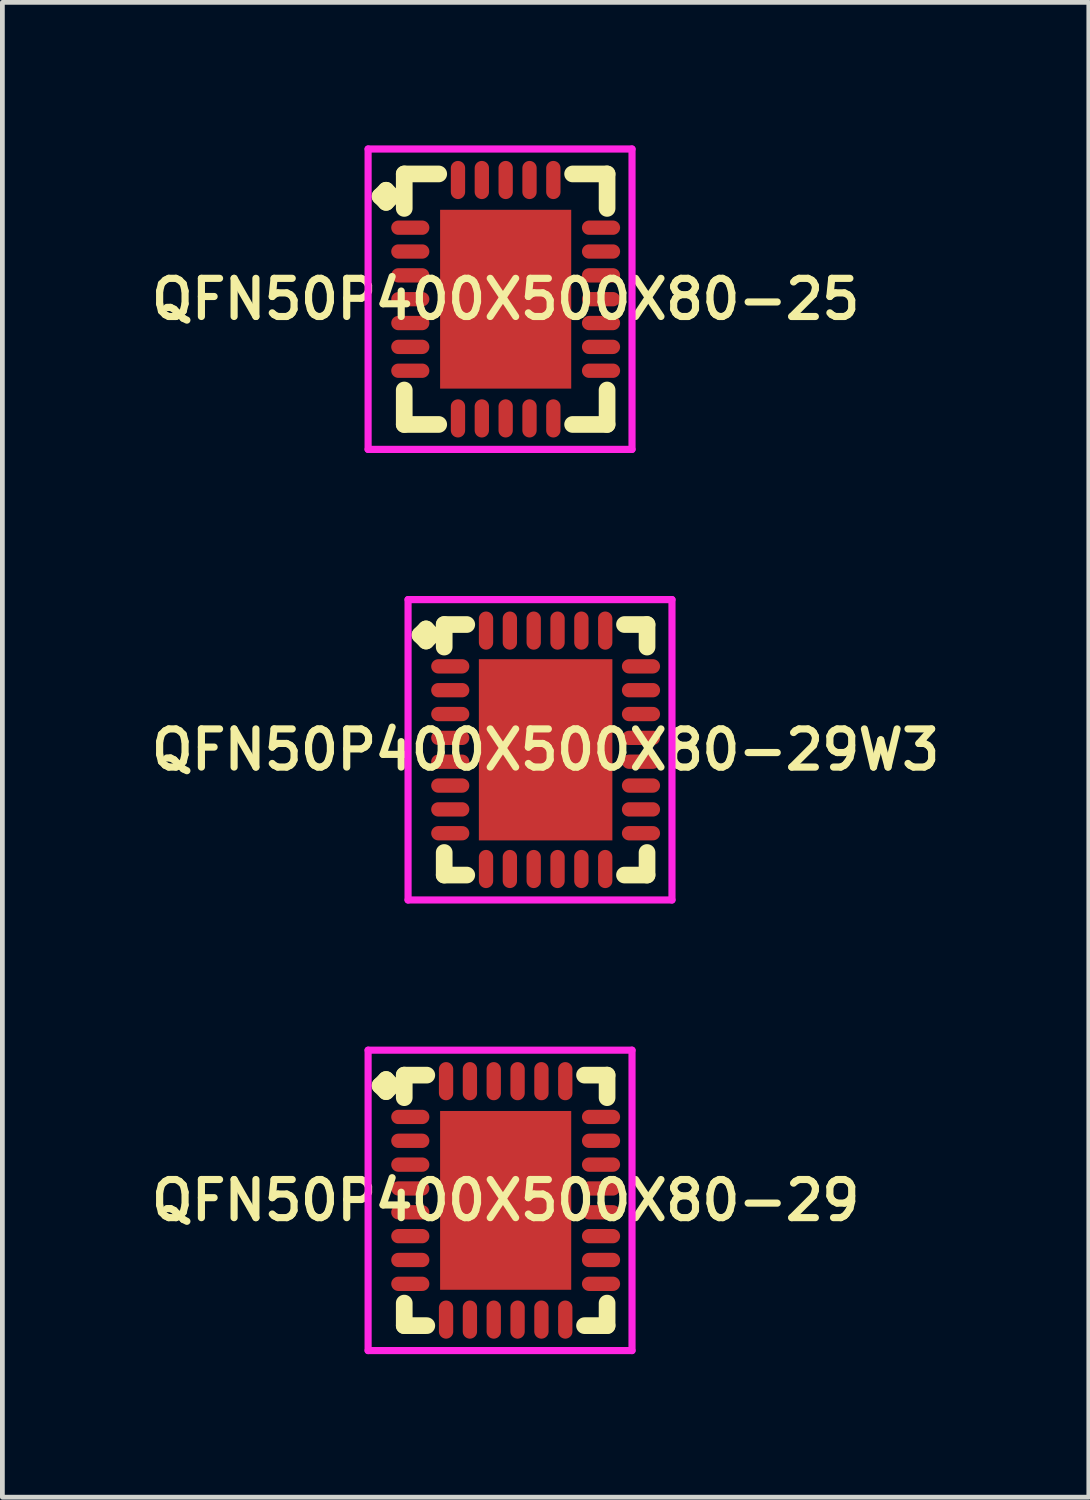
<source format=kicad_pcb>
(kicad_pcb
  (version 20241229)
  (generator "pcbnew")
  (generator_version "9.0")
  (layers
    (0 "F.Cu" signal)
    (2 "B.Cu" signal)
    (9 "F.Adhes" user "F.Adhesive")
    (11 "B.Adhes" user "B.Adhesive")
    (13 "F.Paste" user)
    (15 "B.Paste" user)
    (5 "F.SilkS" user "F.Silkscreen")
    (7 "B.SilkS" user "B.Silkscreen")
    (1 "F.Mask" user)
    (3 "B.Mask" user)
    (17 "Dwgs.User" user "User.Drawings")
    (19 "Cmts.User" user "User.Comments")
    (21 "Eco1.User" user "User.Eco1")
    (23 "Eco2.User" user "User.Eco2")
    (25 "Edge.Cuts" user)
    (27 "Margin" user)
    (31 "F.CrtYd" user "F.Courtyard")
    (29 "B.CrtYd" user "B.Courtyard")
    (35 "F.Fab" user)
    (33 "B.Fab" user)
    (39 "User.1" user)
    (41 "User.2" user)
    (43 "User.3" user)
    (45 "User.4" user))
  (footprint "QFN50P400X500X80-29W3"
    (layer "F.Cu")
    (at 8.393 12.675)
    (property "Reference" "QFN50P400X500X80-29W3" (at 0 0 0) (layer "F.SilkS") (effects (font (size 0.8 0.8) (thickness 0.15))))
    (attr smd)
    (fp_line (start -2.635 -2.408) (end -2.508 -2.535) (stroke (width 0.35) (type solid)) (layer "F.SilkS"))
    (fp_line (start -2.508 -2.535) (end -2.381 -2.408) (stroke (width 0.35) (type solid)) (layer "F.SilkS"))
    (fp_line (start -2.508 -2.281) (end -2.635 -2.408) (stroke (width 0.35) (type solid)) (layer "F.SilkS"))
    (fp_line (start -2.381 -2.408) (end -2.508 -2.281) (stroke (width 0.35) (type solid)) (layer "F.SilkS"))
    (fp_line (start -2.127 -2.627) (end -1.654 -2.627) (stroke (width 0.35) (type solid)) (layer "F.SilkS"))
    (fp_line (start -2.127 -2.154) (end -2.127 -2.627) (stroke (width 0.35) (type solid)) (layer "F.SilkS"))
    (fp_line (start -2.127 2.154) (end -2.127 2.627) (stroke (width 0.35) (type solid)) (layer "F.SilkS"))
    (fp_line (start -2.127 2.627) (end -1.654 2.627) (stroke (width 0.35) (type solid)) (layer "F.SilkS"))
    (fp_line (start 1.654 -2.627) (end 2.127 -2.627) (stroke (width 0.35) (type solid)) (layer "F.SilkS"))
    (fp_line (start 1.654 2.627) (end 2.127 2.627) (stroke (width 0.35) (type solid)) (layer "F.SilkS"))
    (fp_line (start 2.127 -2.627) (end 2.127 -2.154) (stroke (width 0.35) (type solid)) (layer "F.SilkS"))
    (fp_line (start 2.127 2.627) (end 2.127 2.154) (stroke (width 0.35) (type solid)) (layer "F.SilkS"))
    (fp_line (start -2.885 -3.15) (end 2.65 -3.15) (stroke (width 0.15) (type solid)) (layer "F.CrtYd"))
    (fp_line (start -2.885 3.15) (end -2.885 -3.15) (stroke (width 0.15) (type solid)) (layer "F.CrtYd"))
    (fp_line (start 2.65 -3.15) (end 2.65 3.15) (stroke (width 0.15) (type solid)) (layer "F.CrtYd"))
    (fp_line (start 2.65 3.15) (end -2.885 3.15) (stroke (width 0.15) (type solid)) (layer "F.CrtYd"))
    (pad "1" smd oval (at -2 -1.75) (size 0.8 0.3) (layers "F.Cu" "F.Mask" "F.Paste"))
    (pad "2" smd oval (at -2 -1.25) (size 0.8 0.3) (layers "F.Cu" "F.Mask" "F.Paste"))
    (pad "3" smd oval (at -2 -0.75) (size 0.8 0.3) (layers "F.Cu" "F.Mask" "F.Paste"))
    (pad "4" smd oval (at -2 -0.25) (size 0.8 0.3) (layers "F.Cu" "F.Mask" "F.Paste"))
    (pad "5" smd oval (at -2 0.25) (size 0.8 0.3) (layers "F.Cu" "F.Mask" "F.Paste"))
    (pad "6" smd oval (at -2 0.75) (size 0.8 0.3) (layers "F.Cu" "F.Mask" "F.Paste"))
    (pad "7" smd oval (at -2 1.25) (size 0.8 0.3) (layers "F.Cu" "F.Mask" "F.Paste"))
    (pad "8" smd oval (at -2 1.75) (size 0.8 0.3) (layers "F.Cu" "F.Mask" "F.Paste"))
    (pad "9" smd oval (at -1.25 2.5) (size 0.3 0.8) (layers "F.Cu" "F.Mask" "F.Paste"))
    (pad "10" smd oval (at -0.75 2.5) (size 0.3 0.8) (layers "F.Cu" "F.Mask" "F.Paste"))
    (pad "11" smd oval (at -0.25 2.5) (size 0.3 0.8) (layers "F.Cu" "F.Mask" "F.Paste"))
    (pad "12" smd oval (at 0.25 2.5) (size 0.3 0.8) (layers "F.Cu" "F.Mask" "F.Paste"))
    (pad "13" smd oval (at 0.75 2.5) (size 0.3 0.8) (layers "F.Cu" "F.Mask" "F.Paste"))
    (pad "14" smd oval (at 1.25 2.5) (size 0.3 0.8) (layers "F.Cu" "F.Mask" "F.Paste"))
    (pad "15" smd oval (at 2 1.75) (size 0.8 0.3) (layers "F.Cu" "F.Mask" "F.Paste"))
    (pad "16" smd oval (at 2 1.25) (size 0.8 0.3) (layers "F.Cu" "F.Mask" "F.Paste"))
    (pad "17" smd oval (at 2 0.75) (size 0.8 0.3) (layers "F.Cu" "F.Mask" "F.Paste"))
    (pad "18" smd oval (at 2 0.25) (size 0.8 0.3) (layers "F.Cu" "F.Mask" "F.Paste"))
    (pad "19" smd oval (at 2 -0.25) (size 0.8 0.3) (layers "F.Cu" "F.Mask" "F.Paste"))
    (pad "20" smd oval (at 2 -0.75) (size 0.8 0.3) (layers "F.Cu" "F.Mask" "F.Paste"))
    (pad "21" smd oval (at 2 -1.25) (size 0.8 0.3) (layers "F.Cu" "F.Mask" "F.Paste"))
    (pad "22" smd oval (at 2 -1.75) (size 0.8 0.3) (layers "F.Cu" "F.Mask" "F.Paste"))
    (pad "23" smd oval (at 1.25 -2.5) (size 0.3 0.8) (layers "F.Cu" "F.Mask" "F.Paste"))
    (pad "24" smd oval (at 0.75 -2.5) (size 0.3 0.8) (layers "F.Cu" "F.Mask" "F.Paste"))
    (pad "25" smd oval (at 0.25 -2.5) (size 0.3 0.8) (layers "F.Cu" "F.Mask" "F.Paste"))
    (pad "26" smd oval (at -0.25 -2.5) (size 0.3 0.8) (layers "F.Cu" "F.Mask" "F.Paste"))
    (pad "27" smd oval (at -0.75 -2.5) (size 0.3 0.8) (layers "F.Cu" "F.Mask" "F.Paste"))
    (pad "28" smd oval (at -1.25 -2.5) (size 0.3 0.8) (layers "F.Cu" "F.Mask" "F.Paste"))
    (pad "29" smd rect (at 0 0) (size 2.8 3.8) (layers "F.Cu" "F.Mask" "F.Paste")))
  (footprint "QFN50P400X500X80-29"
    (layer "F.Cu")
    (at 7.555 22.125)
    (property "Reference" "QFN50P400X500X80-29" (at 0 0 0) (layer "F.SilkS") (effects (font (size 0.8 0.8) (thickness 0.15))))
    (attr smd)
    (fp_line (start -2.635 -2.408) (end -2.508 -2.535) (stroke (width 0.35) (type solid)) (layer "F.SilkS"))
    (fp_line (start -2.508 -2.535) (end -2.381 -2.408) (stroke (width 0.35) (type solid)) (layer "F.SilkS"))
    (fp_line (start -2.508 -2.281) (end -2.635 -2.408) (stroke (width 0.35) (type solid)) (layer "F.SilkS"))
    (fp_line (start -2.381 -2.408) (end -2.508 -2.281) (stroke (width 0.35) (type solid)) (layer "F.SilkS"))
    (fp_line (start -2.127 -2.627) (end -1.654 -2.627) (stroke (width 0.35) (type solid)) (layer "F.SilkS"))
    (fp_line (start -2.127 -2.154) (end -2.127 -2.627) (stroke (width 0.35) (type solid)) (layer "F.SilkS"))
    (fp_line (start -2.127 2.154) (end -2.127 2.627) (stroke (width 0.35) (type solid)) (layer "F.SilkS"))
    (fp_line (start -2.127 2.627) (end -1.654 2.627) (stroke (width 0.35) (type solid)) (layer "F.SilkS"))
    (fp_line (start 1.654 -2.627) (end 2.127 -2.627) (stroke (width 0.35) (type solid)) (layer "F.SilkS"))
    (fp_line (start 1.654 2.627) (end 2.127 2.627) (stroke (width 0.35) (type solid)) (layer "F.SilkS"))
    (fp_line (start 2.127 -2.627) (end 2.127 -2.154) (stroke (width 0.35) (type solid)) (layer "F.SilkS"))
    (fp_line (start 2.127 2.627) (end 2.127 2.154) (stroke (width 0.35) (type solid)) (layer "F.SilkS"))
    (fp_line (start -2.885 -3.15) (end 2.65 -3.15) (stroke (width 0.15) (type solid)) (layer "F.CrtYd"))
    (fp_line (start -2.885 3.15) (end -2.885 -3.15) (stroke (width 0.15) (type solid)) (layer "F.CrtYd"))
    (fp_line (start 2.65 -3.15) (end 2.65 3.15) (stroke (width 0.15) (type solid)) (layer "F.CrtYd"))
    (fp_line (start 2.65 3.15) (end -2.885 3.15) (stroke (width 0.15) (type solid)) (layer "F.CrtYd"))
    (pad "1" smd oval (at -2 -1.75) (size 0.8 0.3) (layers "F.Cu" "F.Mask" "F.Paste"))
    (pad "2" smd oval (at -2 -1.25) (size 0.8 0.3) (layers "F.Cu" "F.Mask" "F.Paste"))
    (pad "3" smd oval (at -2 -0.75) (size 0.8 0.3) (layers "F.Cu" "F.Mask" "F.Paste"))
    (pad "4" smd oval (at -2 -0.25) (size 0.8 0.3) (layers "F.Cu" "F.Mask" "F.Paste"))
    (pad "5" smd oval (at -2 0.25) (size 0.8 0.3) (layers "F.Cu" "F.Mask" "F.Paste"))
    (pad "6" smd oval (at -2 0.75) (size 0.8 0.3) (layers "F.Cu" "F.Mask" "F.Paste"))
    (pad "7" smd oval (at -2 1.25) (size 0.8 0.3) (layers "F.Cu" "F.Mask" "F.Paste"))
    (pad "8" smd oval (at -2 1.75) (size 0.8 0.3) (layers "F.Cu" "F.Mask" "F.Paste"))
    (pad "9" smd oval (at -1.25 2.5) (size 0.3 0.8) (layers "F.Cu" "F.Mask" "F.Paste"))
    (pad "10" smd oval (at -0.75 2.5) (size 0.3 0.8) (layers "F.Cu" "F.Mask" "F.Paste"))
    (pad "11" smd oval (at -0.25 2.5) (size 0.3 0.8) (layers "F.Cu" "F.Mask" "F.Paste"))
    (pad "12" smd oval (at 0.25 2.5) (size 0.3 0.8) (layers "F.Cu" "F.Mask" "F.Paste"))
    (pad "13" smd oval (at 0.75 2.5) (size 0.3 0.8) (layers "F.Cu" "F.Mask" "F.Paste"))
    (pad "14" smd oval (at 1.25 2.5) (size 0.3 0.8) (layers "F.Cu" "F.Mask" "F.Paste"))
    (pad "15" smd oval (at 2 1.75) (size 0.8 0.3) (layers "F.Cu" "F.Mask" "F.Paste"))
    (pad "16" smd oval (at 2 1.25) (size 0.8 0.3) (layers "F.Cu" "F.Mask" "F.Paste"))
    (pad "17" smd oval (at 2 0.75) (size 0.8 0.3) (layers "F.Cu" "F.Mask" "F.Paste"))
    (pad "18" smd oval (at 2 0.25) (size 0.8 0.3) (layers "F.Cu" "F.Mask" "F.Paste"))
    (pad "19" smd oval (at 2 -0.25) (size 0.8 0.3) (layers "F.Cu" "F.Mask" "F.Paste"))
    (pad "20" smd oval (at 2 -0.75) (size 0.8 0.3) (layers "F.Cu" "F.Mask" "F.Paste"))
    (pad "21" smd oval (at 2 -1.25) (size 0.8 0.3) (layers "F.Cu" "F.Mask" "F.Paste"))
    (pad "22" smd oval (at 2 -1.75) (size 0.8 0.3) (layers "F.Cu" "F.Mask" "F.Paste"))
    (pad "23" smd oval (at 1.25 -2.5) (size 0.3 0.8) (layers "F.Cu" "F.Mask" "F.Paste"))
    (pad "24" smd oval (at 0.75 -2.5) (size 0.3 0.8) (layers "F.Cu" "F.Mask" "F.Paste"))
    (pad "25" smd oval (at 0.25 -2.5) (size 0.3 0.8) (layers "F.Cu" "F.Mask" "F.Paste"))
    (pad "26" smd oval (at -0.25 -2.5) (size 0.3 0.8) (layers "F.Cu" "F.Mask" "F.Paste"))
    (pad "27" smd oval (at -0.75 -2.5) (size 0.3 0.8) (layers "F.Cu" "F.Mask" "F.Paste"))
    (pad "28" smd oval (at -1.25 -2.5) (size 0.3 0.8) (layers "F.Cu" "F.Mask" "F.Paste"))
    (pad "29" smd rect (at 0 0) (size 2.75 3.75) (layers "F.Cu" "F.Mask" "F.Paste")))
  (footprint "QFN50P400X500X80-25"
    (layer "F.Cu")
    (at 7.555 3.225)
    (property "Reference" "QFN50P400X500X80-25" (at 0 0 0) (layer "F.SilkS") (effects (font (size 0.8 0.8) (thickness 0.15))))
    (attr smd)
    (fp_line (start -2.635 -2.158) (end -2.508 -2.285) (stroke (width 0.35) (type solid)) (layer "F.SilkS"))
    (fp_line (start -2.508 -2.285) (end -2.381 -2.158) (stroke (width 0.35) (type solid)) (layer "F.SilkS"))
    (fp_line (start -2.508 -2.031) (end -2.635 -2.158) (stroke (width 0.35) (type solid)) (layer "F.SilkS"))
    (fp_line (start -2.381 -2.158) (end -2.508 -2.031) (stroke (width 0.35) (type solid)) (layer "F.SilkS"))
    (fp_line (start -2.127 -2.627) (end -1.404 -2.627) (stroke (width 0.35) (type solid)) (layer "F.SilkS"))
    (fp_line (start -2.127 -1.904) (end -2.127 -2.627) (stroke (width 0.35) (type solid)) (layer "F.SilkS"))
    (fp_line (start -2.127 1.904) (end -2.127 2.627) (stroke (width 0.35) (type solid)) (layer "F.SilkS"))
    (fp_line (start -2.127 2.627) (end -1.404 2.627) (stroke (width 0.35) (type solid)) (layer "F.SilkS"))
    (fp_line (start 1.404 -2.627) (end 2.127 -2.627) (stroke (width 0.35) (type solid)) (layer "F.SilkS"))
    (fp_line (start 1.404 2.627) (end 2.127 2.627) (stroke (width 0.35) (type solid)) (layer "F.SilkS"))
    (fp_line (start 2.127 -2.627) (end 2.127 -1.904) (stroke (width 0.35) (type solid)) (layer "F.SilkS"))
    (fp_line (start 2.127 2.627) (end 2.127 1.904) (stroke (width 0.35) (type solid)) (layer "F.SilkS"))
    (fp_line (start -2.885 -3.15) (end 2.65 -3.15) (stroke (width 0.15) (type solid)) (layer "F.CrtYd"))
    (fp_line (start -2.885 3.15) (end -2.885 -3.15) (stroke (width 0.15) (type solid)) (layer "F.CrtYd"))
    (fp_line (start 2.65 -3.15) (end 2.65 3.15) (stroke (width 0.15) (type solid)) (layer "F.CrtYd"))
    (fp_line (start 2.65 3.15) (end -2.885 3.15) (stroke (width 0.15) (type solid)) (layer "F.CrtYd"))
    (pad "1" smd oval (at -2 -1.5) (size 0.8 0.3) (layers "F.Cu" "F.Mask" "F.Paste"))
    (pad "2" smd oval (at -2 -1) (size 0.8 0.3) (layers "F.Cu" "F.Mask" "F.Paste"))
    (pad "3" smd oval (at -2 -0.5) (size 0.8 0.3) (layers "F.Cu" "F.Mask" "F.Paste"))
    (pad "4" smd oval (at -2 0) (size 0.8 0.3) (layers "F.Cu" "F.Mask" "F.Paste"))
    (pad "5" smd oval (at -2 0.5) (size 0.8 0.3) (layers "F.Cu" "F.Mask" "F.Paste"))
    (pad "6" smd oval (at -2 1) (size 0.8 0.3) (layers "F.Cu" "F.Mask" "F.Paste"))
    (pad "7" smd oval (at -2 1.5) (size 0.8 0.3) (layers "F.Cu" "F.Mask" "F.Paste"))
    (pad "8" smd oval (at -1 2.5) (size 0.3 0.8) (layers "F.Cu" "F.Mask" "F.Paste"))
    (pad "9" smd oval (at -0.5 2.5) (size 0.3 0.8) (layers "F.Cu" "F.Mask" "F.Paste"))
    (pad "10" smd oval (at 0 2.5) (size 0.3 0.8) (layers "F.Cu" "F.Mask" "F.Paste"))
    (pad "11" smd oval (at 0.5 2.5) (size 0.3 0.8) (layers "F.Cu" "F.Mask" "F.Paste"))
    (pad "12" smd oval (at 1 2.5) (size 0.3 0.8) (layers "F.Cu" "F.Mask" "F.Paste"))
    (pad "13" smd oval (at 2 1.5) (size 0.8 0.3) (layers "F.Cu" "F.Mask" "F.Paste"))
    (pad "14" smd oval (at 2 1) (size 0.8 0.3) (layers "F.Cu" "F.Mask" "F.Paste"))
    (pad "15" smd oval (at 2 0.5) (size 0.8 0.3) (layers "F.Cu" "F.Mask" "F.Paste"))
    (pad "16" smd oval (at 2 0) (size 0.8 0.3) (layers "F.Cu" "F.Mask" "F.Paste"))
    (pad "17" smd oval (at 2 -0.5) (size 0.8 0.3) (layers "F.Cu" "F.Mask" "F.Paste"))
    (pad "18" smd oval (at 2 -1) (size 0.8 0.3) (layers "F.Cu" "F.Mask" "F.Paste"))
    (pad "19" smd oval (at 2 -1.5) (size 0.8 0.3) (layers "F.Cu" "F.Mask" "F.Paste"))
    (pad "20" smd oval (at 1 -2.5) (size 0.3 0.8) (layers "F.Cu" "F.Mask" "F.Paste"))
    (pad "21" smd oval (at 0.5 -2.5) (size 0.3 0.8) (layers "F.Cu" "F.Mask" "F.Paste"))
    (pad "22" smd oval (at 0 -2.5) (size 0.3 0.8) (layers "F.Cu" "F.Mask" "F.Paste"))
    (pad "23" smd oval (at -0.5 -2.5) (size 0.3 0.8) (layers "F.Cu" "F.Mask" "F.Paste"))
    (pad "24" smd oval (at -1 -2.5) (size 0.3 0.8) (layers "F.Cu" "F.Mask" "F.Paste"))
    (pad "25" smd rect (at 0 0) (size 2.75 3.75) (layers "F.Cu" "F.Mask" "F.Paste")))
  (gr_rect
    (start -3 -3)
    (end 19.785 28.35)
    (stroke (width 0.1) (type default))
    (fill no)
    (layer "Edge.Cuts")))
</source>
